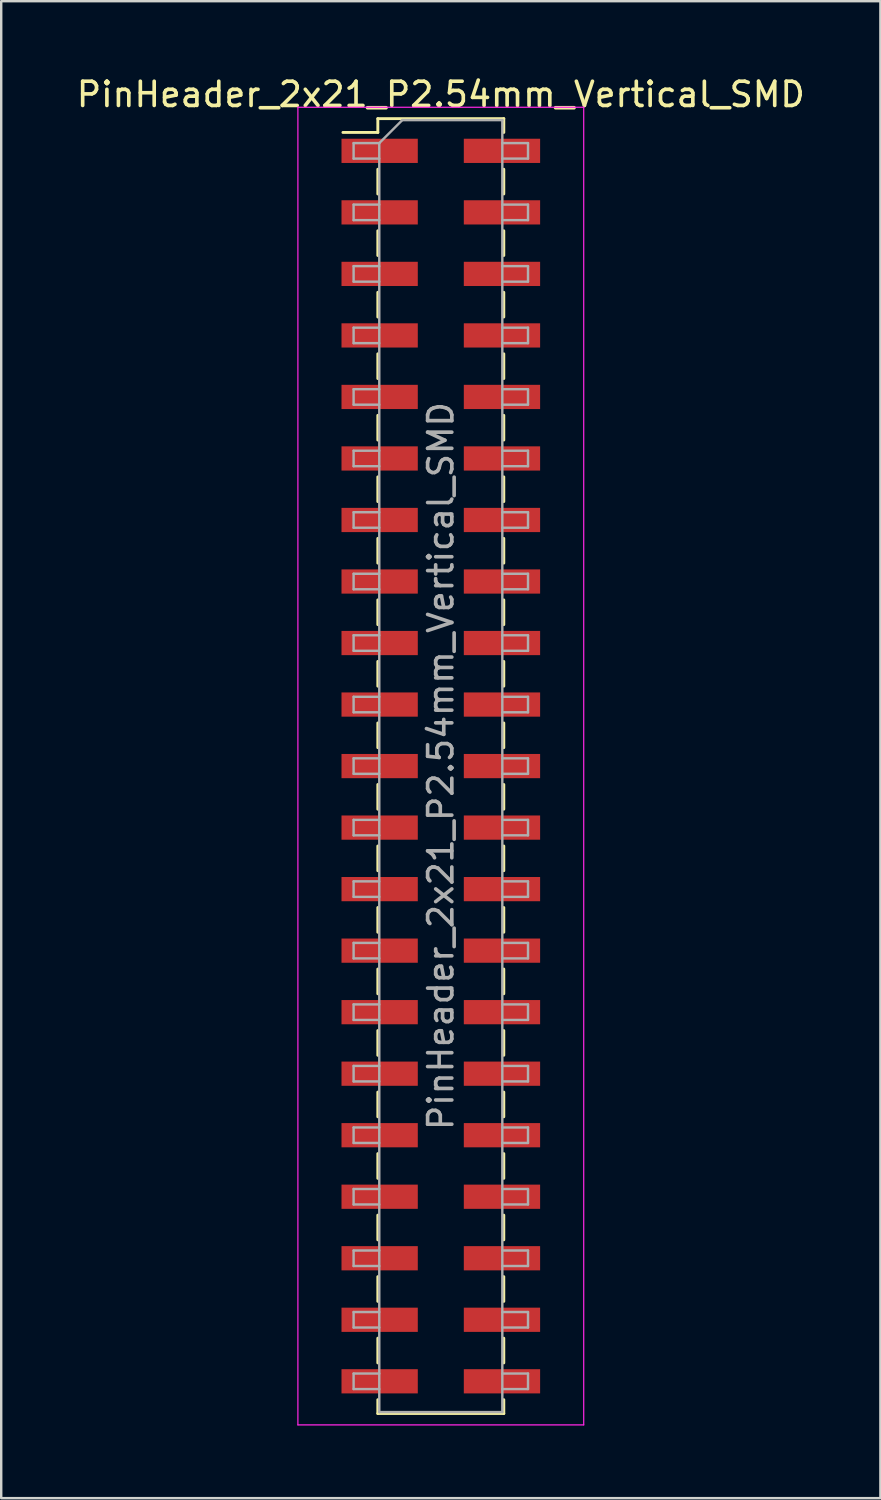
<source format=kicad_pcb>
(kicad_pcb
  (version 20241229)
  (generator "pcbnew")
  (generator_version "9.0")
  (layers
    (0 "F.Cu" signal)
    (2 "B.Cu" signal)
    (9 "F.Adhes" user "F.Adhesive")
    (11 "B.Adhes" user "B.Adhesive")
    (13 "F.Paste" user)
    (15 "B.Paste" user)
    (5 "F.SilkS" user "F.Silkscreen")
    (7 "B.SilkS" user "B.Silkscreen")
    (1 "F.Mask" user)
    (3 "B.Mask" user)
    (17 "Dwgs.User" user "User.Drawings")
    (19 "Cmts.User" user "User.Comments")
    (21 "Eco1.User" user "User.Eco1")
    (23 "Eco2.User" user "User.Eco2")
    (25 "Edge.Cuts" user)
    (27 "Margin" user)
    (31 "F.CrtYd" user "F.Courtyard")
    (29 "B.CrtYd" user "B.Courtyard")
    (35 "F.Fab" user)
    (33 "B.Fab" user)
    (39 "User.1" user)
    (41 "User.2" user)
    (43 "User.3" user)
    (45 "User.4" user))
  (footprint "PinHeader_2x21_P2.54mm_Vertical_SMD"
    (layer "F.Cu")
    (at 15.149 28.578)
    (property "Reference" "PinHeader_2x21_P2.54mm_Vertical_SMD" (at 0 -27.73 0) (layer "F.SilkS") (effects (font (size 1 1) (thickness 0.15))))
    (attr smd)
    (fp_line (start -4.04 -26.16) (end -2.6 -26.16) (stroke (width 0.12) (type solid)) (layer "F.SilkS"))
    (fp_line (start -2.6 -26.73) (end -2.6 -26.16) (stroke (width 0.12) (type solid)) (layer "F.SilkS"))
    (fp_line (start -2.6 -26.73) (end 2.6 -26.73) (stroke (width 0.12) (type solid)) (layer "F.SilkS"))
    (fp_line (start -2.6 -24.64) (end -2.6 -23.62) (stroke (width 0.12) (type solid)) (layer "F.SilkS"))
    (fp_line (start -2.6 -22.1) (end -2.6 -21.08) (stroke (width 0.12) (type solid)) (layer "F.SilkS"))
    (fp_line (start -2.6 -19.56) (end -2.6 -18.54) (stroke (width 0.12) (type solid)) (layer "F.SilkS"))
    (fp_line (start -2.6 -17.02) (end -2.6 -16) (stroke (width 0.12) (type solid)) (layer "F.SilkS"))
    (fp_line (start -2.6 -14.48) (end -2.6 -13.46) (stroke (width 0.12) (type solid)) (layer "F.SilkS"))
    (fp_line (start -2.6 -11.94) (end -2.6 -10.92) (stroke (width 0.12) (type solid)) (layer "F.SilkS"))
    (fp_line (start -2.6 -9.4) (end -2.6 -8.38) (stroke (width 0.12) (type solid)) (layer "F.SilkS"))
    (fp_line (start -2.6 -6.86) (end -2.6 -5.84) (stroke (width 0.12) (type solid)) (layer "F.SilkS"))
    (fp_line (start -2.6 -4.32) (end -2.6 -3.3) (stroke (width 0.12) (type solid)) (layer "F.SilkS"))
    (fp_line (start -2.6 -1.78) (end -2.6 -0.76) (stroke (width 0.12) (type solid)) (layer "F.SilkS"))
    (fp_line (start -2.6 0.76) (end -2.6 1.78) (stroke (width 0.12) (type solid)) (layer "F.SilkS"))
    (fp_line (start -2.6 3.3) (end -2.6 4.32) (stroke (width 0.12) (type solid)) (layer "F.SilkS"))
    (fp_line (start -2.6 5.84) (end -2.6 6.86) (stroke (width 0.12) (type solid)) (layer "F.SilkS"))
    (fp_line (start -2.6 8.38) (end -2.6 9.4) (stroke (width 0.12) (type solid)) (layer "F.SilkS"))
    (fp_line (start -2.6 10.92) (end -2.6 11.94) (stroke (width 0.12) (type solid)) (layer "F.SilkS"))
    (fp_line (start -2.6 13.46) (end -2.6 14.48) (stroke (width 0.12) (type solid)) (layer "F.SilkS"))
    (fp_line (start -2.6 16) (end -2.6 17.02) (stroke (width 0.12) (type solid)) (layer "F.SilkS"))
    (fp_line (start -2.6 18.54) (end -2.6 19.56) (stroke (width 0.12) (type solid)) (layer "F.SilkS"))
    (fp_line (start -2.6 21.08) (end -2.6 22.1) (stroke (width 0.12) (type solid)) (layer "F.SilkS"))
    (fp_line (start -2.6 23.62) (end -2.6 24.64) (stroke (width 0.12) (type solid)) (layer "F.SilkS"))
    (fp_line (start -2.6 26.16) (end -2.6 26.73) (stroke (width 0.12) (type solid)) (layer "F.SilkS"))
    (fp_line (start -2.6 26.73) (end 2.6 26.73) (stroke (width 0.12) (type solid)) (layer "F.SilkS"))
    (fp_line (start 2.6 -26.73) (end 2.6 -26.16) (stroke (width 0.12) (type solid)) (layer "F.SilkS"))
    (fp_line (start 2.6 -24.64) (end 2.6 -23.62) (stroke (width 0.12) (type solid)) (layer "F.SilkS"))
    (fp_line (start 2.6 -22.1) (end 2.6 -21.08) (stroke (width 0.12) (type solid)) (layer "F.SilkS"))
    (fp_line (start 2.6 -19.56) (end 2.6 -18.54) (stroke (width 0.12) (type solid)) (layer "F.SilkS"))
    (fp_line (start 2.6 -17.02) (end 2.6 -16) (stroke (width 0.12) (type solid)) (layer "F.SilkS"))
    (fp_line (start 2.6 -14.48) (end 2.6 -13.46) (stroke (width 0.12) (type solid)) (layer "F.SilkS"))
    (fp_line (start 2.6 -11.94) (end 2.6 -10.92) (stroke (width 0.12) (type solid)) (layer "F.SilkS"))
    (fp_line (start 2.6 -9.4) (end 2.6 -8.38) (stroke (width 0.12) (type solid)) (layer "F.SilkS"))
    (fp_line (start 2.6 -6.86) (end 2.6 -5.84) (stroke (width 0.12) (type solid)) (layer "F.SilkS"))
    (fp_line (start 2.6 -4.32) (end 2.6 -3.3) (stroke (width 0.12) (type solid)) (layer "F.SilkS"))
    (fp_line (start 2.6 -1.78) (end 2.6 -0.76) (stroke (width 0.12) (type solid)) (layer "F.SilkS"))
    (fp_line (start 2.6 0.76) (end 2.6 1.78) (stroke (width 0.12) (type solid)) (layer "F.SilkS"))
    (fp_line (start 2.6 3.3) (end 2.6 4.32) (stroke (width 0.12) (type solid)) (layer "F.SilkS"))
    (fp_line (start 2.6 5.84) (end 2.6 6.86) (stroke (width 0.12) (type solid)) (layer "F.SilkS"))
    (fp_line (start 2.6 8.38) (end 2.6 9.4) (stroke (width 0.12) (type solid)) (layer "F.SilkS"))
    (fp_line (start 2.6 10.92) (end 2.6 11.94) (stroke (width 0.12) (type solid)) (layer "F.SilkS"))
    (fp_line (start 2.6 13.46) (end 2.6 14.48) (stroke (width 0.12) (type solid)) (layer "F.SilkS"))
    (fp_line (start 2.6 16) (end 2.6 17.02) (stroke (width 0.12) (type solid)) (layer "F.SilkS"))
    (fp_line (start 2.6 18.54) (end 2.6 19.56) (stroke (width 0.12) (type solid)) (layer "F.SilkS"))
    (fp_line (start 2.6 21.08) (end 2.6 22.1) (stroke (width 0.12) (type solid)) (layer "F.SilkS"))
    (fp_line (start 2.6 23.62) (end 2.6 24.64) (stroke (width 0.12) (type solid)) (layer "F.SilkS"))
    (fp_line (start 2.6 26.16) (end 2.6 26.73) (stroke (width 0.12) (type solid)) (layer "F.SilkS"))
    (fp_line (start -5.9 -27.2) (end -5.9 27.2) (stroke (width 0.05) (type solid)) (layer "F.CrtYd"))
    (fp_line (start -5.9 27.2) (end 5.9 27.2) (stroke (width 0.05) (type solid)) (layer "F.CrtYd"))
    (fp_line (start 5.9 -27.2) (end -5.9 -27.2) (stroke (width 0.05) (type solid)) (layer "F.CrtYd"))
    (fp_line (start 5.9 27.2) (end 5.9 -27.2) (stroke (width 0.05) (type solid)) (layer "F.CrtYd"))
    (fp_line (start -3.6 -25.72) (end -3.6 -25.08) (stroke (width 0.1) (type solid)) (layer "F.Fab"))
    (fp_line (start -3.6 -25.08) (end -2.54 -25.08) (stroke (width 0.1) (type solid)) (layer "F.Fab"))
    (fp_line (start -3.6 -23.18) (end -3.6 -22.54) (stroke (width 0.1) (type solid)) (layer "F.Fab"))
    (fp_line (start -3.6 -22.54) (end -2.54 -22.54) (stroke (width 0.1) (type solid)) (layer "F.Fab"))
    (fp_line (start -3.6 -20.64) (end -3.6 -20) (stroke (width 0.1) (type solid)) (layer "F.Fab"))
    (fp_line (start -3.6 -20) (end -2.54 -20) (stroke (width 0.1) (type solid)) (layer "F.Fab"))
    (fp_line (start -3.6 -18.1) (end -3.6 -17.46) (stroke (width 0.1) (type solid)) (layer "F.Fab"))
    (fp_line (start -3.6 -17.46) (end -2.54 -17.46) (stroke (width 0.1) (type solid)) (layer "F.Fab"))
    (fp_line (start -3.6 -15.56) (end -3.6 -14.92) (stroke (width 0.1) (type solid)) (layer "F.Fab"))
    (fp_line (start -3.6 -14.92) (end -2.54 -14.92) (stroke (width 0.1) (type solid)) (layer "F.Fab"))
    (fp_line (start -3.6 -13.02) (end -3.6 -12.38) (stroke (width 0.1) (type solid)) (layer "F.Fab"))
    (fp_line (start -3.6 -12.38) (end -2.54 -12.38) (stroke (width 0.1) (type solid)) (layer "F.Fab"))
    (fp_line (start -3.6 -10.48) (end -3.6 -9.84) (stroke (width 0.1) (type solid)) (layer "F.Fab"))
    (fp_line (start -3.6 -9.84) (end -2.54 -9.84) (stroke (width 0.1) (type solid)) (layer "F.Fab"))
    (fp_line (start -3.6 -7.94) (end -3.6 -7.3) (stroke (width 0.1) (type solid)) (layer "F.Fab"))
    (fp_line (start -3.6 -7.3) (end -2.54 -7.3) (stroke (width 0.1) (type solid)) (layer "F.Fab"))
    (fp_line (start -3.6 -5.4) (end -3.6 -4.76) (stroke (width 0.1) (type solid)) (layer "F.Fab"))
    (fp_line (start -3.6 -4.76) (end -2.54 -4.76) (stroke (width 0.1) (type solid)) (layer "F.Fab"))
    (fp_line (start -3.6 -2.86) (end -3.6 -2.22) (stroke (width 0.1) (type solid)) (layer "F.Fab"))
    (fp_line (start -3.6 -2.22) (end -2.54 -2.22) (stroke (width 0.1) (type solid)) (layer "F.Fab"))
    (fp_line (start -3.6 -0.32) (end -3.6 0.32) (stroke (width 0.1) (type solid)) (layer "F.Fab"))
    (fp_line (start -3.6 0.32) (end -2.54 0.32) (stroke (width 0.1) (type solid)) (layer "F.Fab"))
    (fp_line (start -3.6 2.22) (end -3.6 2.86) (stroke (width 0.1) (type solid)) (layer "F.Fab"))
    (fp_line (start -3.6 2.86) (end -2.54 2.86) (stroke (width 0.1) (type solid)) (layer "F.Fab"))
    (fp_line (start -3.6 4.76) (end -3.6 5.4) (stroke (width 0.1) (type solid)) (layer "F.Fab"))
    (fp_line (start -3.6 5.4) (end -2.54 5.4) (stroke (width 0.1) (type solid)) (layer "F.Fab"))
    (fp_line (start -3.6 7.3) (end -3.6 7.94) (stroke (width 0.1) (type solid)) (layer "F.Fab"))
    (fp_line (start -3.6 7.94) (end -2.54 7.94) (stroke (width 0.1) (type solid)) (layer "F.Fab"))
    (fp_line (start -3.6 9.84) (end -3.6 10.48) (stroke (width 0.1) (type solid)) (layer "F.Fab"))
    (fp_line (start -3.6 10.48) (end -2.54 10.48) (stroke (width 0.1) (type solid)) (layer "F.Fab"))
    (fp_line (start -3.6 12.38) (end -3.6 13.02) (stroke (width 0.1) (type solid)) (layer "F.Fab"))
    (fp_line (start -3.6 13.02) (end -2.54 13.02) (stroke (width 0.1) (type solid)) (layer "F.Fab"))
    (fp_line (start -3.6 14.92) (end -3.6 15.56) (stroke (width 0.1) (type solid)) (layer "F.Fab"))
    (fp_line (start -3.6 15.56) (end -2.54 15.56) (stroke (width 0.1) (type solid)) (layer "F.Fab"))
    (fp_line (start -3.6 17.46) (end -3.6 18.1) (stroke (width 0.1) (type solid)) (layer "F.Fab"))
    (fp_line (start -3.6 18.1) (end -2.54 18.1) (stroke (width 0.1) (type solid)) (layer "F.Fab"))
    (fp_line (start -3.6 20) (end -3.6 20.64) (stroke (width 0.1) (type solid)) (layer "F.Fab"))
    (fp_line (start -3.6 20.64) (end -2.54 20.64) (stroke (width 0.1) (type solid)) (layer "F.Fab"))
    (fp_line (start -3.6 22.54) (end -3.6 23.18) (stroke (width 0.1) (type solid)) (layer "F.Fab"))
    (fp_line (start -3.6 23.18) (end -2.54 23.18) (stroke (width 0.1) (type solid)) (layer "F.Fab"))
    (fp_line (start -3.6 25.08) (end -3.6 25.72) (stroke (width 0.1) (type solid)) (layer "F.Fab"))
    (fp_line (start -3.6 25.72) (end -2.54 25.72) (stroke (width 0.1) (type solid)) (layer "F.Fab"))
    (fp_line (start -2.54 -25.72) (end -3.6 -25.72) (stroke (width 0.1) (type solid)) (layer "F.Fab"))
    (fp_line (start -2.54 -25.72) (end -1.59 -26.67) (stroke (width 0.1) (type solid)) (layer "F.Fab"))
    (fp_line (start -2.54 -23.18) (end -3.6 -23.18) (stroke (width 0.1) (type solid)) (layer "F.Fab"))
    (fp_line (start -2.54 -20.64) (end -3.6 -20.64) (stroke (width 0.1) (type solid)) (layer "F.Fab"))
    (fp_line (start -2.54 -18.1) (end -3.6 -18.1) (stroke (width 0.1) (type solid)) (layer "F.Fab"))
    (fp_line (start -2.54 -15.56) (end -3.6 -15.56) (stroke (width 0.1) (type solid)) (layer "F.Fab"))
    (fp_line (start -2.54 -13.02) (end -3.6 -13.02) (stroke (width 0.1) (type solid)) (layer "F.Fab"))
    (fp_line (start -2.54 -10.48) (end -3.6 -10.48) (stroke (width 0.1) (type solid)) (layer "F.Fab"))
    (fp_line (start -2.54 -7.94) (end -3.6 -7.94) (stroke (width 0.1) (type solid)) (layer "F.Fab"))
    (fp_line (start -2.54 -5.4) (end -3.6 -5.4) (stroke (width 0.1) (type solid)) (layer "F.Fab"))
    (fp_line (start -2.54 -2.86) (end -3.6 -2.86) (stroke (width 0.1) (type solid)) (layer "F.Fab"))
    (fp_line (start -2.54 -0.32) (end -3.6 -0.32) (stroke (width 0.1) (type solid)) (layer "F.Fab"))
    (fp_line (start -2.54 2.22) (end -3.6 2.22) (stroke (width 0.1) (type solid)) (layer "F.Fab"))
    (fp_line (start -2.54 4.76) (end -3.6 4.76) (stroke (width 0.1) (type solid)) (layer "F.Fab"))
    (fp_line (start -2.54 7.3) (end -3.6 7.3) (stroke (width 0.1) (type solid)) (layer "F.Fab"))
    (fp_line (start -2.54 9.84) (end -3.6 9.84) (stroke (width 0.1) (type solid)) (layer "F.Fab"))
    (fp_line (start -2.54 12.38) (end -3.6 12.38) (stroke (width 0.1) (type solid)) (layer "F.Fab"))
    (fp_line (start -2.54 14.92) (end -3.6 14.92) (stroke (width 0.1) (type solid)) (layer "F.Fab"))
    (fp_line (start -2.54 17.46) (end -3.6 17.46) (stroke (width 0.1) (type solid)) (layer "F.Fab"))
    (fp_line (start -2.54 20) (end -3.6 20) (stroke (width 0.1) (type solid)) (layer "F.Fab"))
    (fp_line (start -2.54 22.54) (end -3.6 22.54) (stroke (width 0.1) (type solid)) (layer "F.Fab"))
    (fp_line (start -2.54 25.08) (end -3.6 25.08) (stroke (width 0.1) (type solid)) (layer "F.Fab"))
    (fp_line (start -2.54 26.67) (end -2.54 -25.72) (stroke (width 0.1) (type solid)) (layer "F.Fab"))
    (fp_line (start -1.59 -26.67) (end 2.54 -26.67) (stroke (width 0.1) (type solid)) (layer "F.Fab"))
    (fp_line (start 2.54 -26.67) (end 2.54 26.67) (stroke (width 0.1) (type solid)) (layer "F.Fab"))
    (fp_line (start 2.54 -25.72) (end 3.6 -25.72) (stroke (width 0.1) (type solid)) (layer "F.Fab"))
    (fp_line (start 2.54 -23.18) (end 3.6 -23.18) (stroke (width 0.1) (type solid)) (layer "F.Fab"))
    (fp_line (start 2.54 -20.64) (end 3.6 -20.64) (stroke (width 0.1) (type solid)) (layer "F.Fab"))
    (fp_line (start 2.54 -18.1) (end 3.6 -18.1) (stroke (width 0.1) (type solid)) (layer "F.Fab"))
    (fp_line (start 2.54 -15.56) (end 3.6 -15.56) (stroke (width 0.1) (type solid)) (layer "F.Fab"))
    (fp_line (start 2.54 -13.02) (end 3.6 -13.02) (stroke (width 0.1) (type solid)) (layer "F.Fab"))
    (fp_line (start 2.54 -10.48) (end 3.6 -10.48) (stroke (width 0.1) (type solid)) (layer "F.Fab"))
    (fp_line (start 2.54 -7.94) (end 3.6 -7.94) (stroke (width 0.1) (type solid)) (layer "F.Fab"))
    (fp_line (start 2.54 -5.4) (end 3.6 -5.4) (stroke (width 0.1) (type solid)) (layer "F.Fab"))
    (fp_line (start 2.54 -2.86) (end 3.6 -2.86) (stroke (width 0.1) (type solid)) (layer "F.Fab"))
    (fp_line (start 2.54 -0.32) (end 3.6 -0.32) (stroke (width 0.1) (type solid)) (layer "F.Fab"))
    (fp_line (start 2.54 2.22) (end 3.6 2.22) (stroke (width 0.1) (type solid)) (layer "F.Fab"))
    (fp_line (start 2.54 4.76) (end 3.6 4.76) (stroke (width 0.1) (type solid)) (layer "F.Fab"))
    (fp_line (start 2.54 7.3) (end 3.6 7.3) (stroke (width 0.1) (type solid)) (layer "F.Fab"))
    (fp_line (start 2.54 9.84) (end 3.6 9.84) (stroke (width 0.1) (type solid)) (layer "F.Fab"))
    (fp_line (start 2.54 12.38) (end 3.6 12.38) (stroke (width 0.1) (type solid)) (layer "F.Fab"))
    (fp_line (start 2.54 14.92) (end 3.6 14.92) (stroke (width 0.1) (type solid)) (layer "F.Fab"))
    (fp_line (start 2.54 17.46) (end 3.6 17.46) (stroke (width 0.1) (type solid)) (layer "F.Fab"))
    (fp_line (start 2.54 20) (end 3.6 20) (stroke (width 0.1) (type solid)) (layer "F.Fab"))
    (fp_line (start 2.54 22.54) (end 3.6 22.54) (stroke (width 0.1) (type solid)) (layer "F.Fab"))
    (fp_line (start 2.54 25.08) (end 3.6 25.08) (stroke (width 0.1) (type solid)) (layer "F.Fab"))
    (fp_line (start 2.54 26.67) (end -2.54 26.67) (stroke (width 0.1) (type solid)) (layer "F.Fab"))
    (fp_line (start 3.6 -25.72) (end 3.6 -25.08) (stroke (width 0.1) (type solid)) (layer "F.Fab"))
    (fp_line (start 3.6 -25.08) (end 2.54 -25.08) (stroke (width 0.1) (type solid)) (layer "F.Fab"))
    (fp_line (start 3.6 -23.18) (end 3.6 -22.54) (stroke (width 0.1) (type solid)) (layer "F.Fab"))
    (fp_line (start 3.6 -22.54) (end 2.54 -22.54) (stroke (width 0.1) (type solid)) (layer "F.Fab"))
    (fp_line (start 3.6 -20.64) (end 3.6 -20) (stroke (width 0.1) (type solid)) (layer "F.Fab"))
    (fp_line (start 3.6 -20) (end 2.54 -20) (stroke (width 0.1) (type solid)) (layer "F.Fab"))
    (fp_line (start 3.6 -18.1) (end 3.6 -17.46) (stroke (width 0.1) (type solid)) (layer "F.Fab"))
    (fp_line (start 3.6 -17.46) (end 2.54 -17.46) (stroke (width 0.1) (type solid)) (layer "F.Fab"))
    (fp_line (start 3.6 -15.56) (end 3.6 -14.92) (stroke (width 0.1) (type solid)) (layer "F.Fab"))
    (fp_line (start 3.6 -14.92) (end 2.54 -14.92) (stroke (width 0.1) (type solid)) (layer "F.Fab"))
    (fp_line (start 3.6 -13.02) (end 3.6 -12.38) (stroke (width 0.1) (type solid)) (layer "F.Fab"))
    (fp_line (start 3.6 -12.38) (end 2.54 -12.38) (stroke (width 0.1) (type solid)) (layer "F.Fab"))
    (fp_line (start 3.6 -10.48) (end 3.6 -9.84) (stroke (width 0.1) (type solid)) (layer "F.Fab"))
    (fp_line (start 3.6 -9.84) (end 2.54 -9.84) (stroke (width 0.1) (type solid)) (layer "F.Fab"))
    (fp_line (start 3.6 -7.94) (end 3.6 -7.3) (stroke (width 0.1) (type solid)) (layer "F.Fab"))
    (fp_line (start 3.6 -7.3) (end 2.54 -7.3) (stroke (width 0.1) (type solid)) (layer "F.Fab"))
    (fp_line (start 3.6 -5.4) (end 3.6 -4.76) (stroke (width 0.1) (type solid)) (layer "F.Fab"))
    (fp_line (start 3.6 -4.76) (end 2.54 -4.76) (stroke (width 0.1) (type solid)) (layer "F.Fab"))
    (fp_line (start 3.6 -2.86) (end 3.6 -2.22) (stroke (width 0.1) (type solid)) (layer "F.Fab"))
    (fp_line (start 3.6 -2.22) (end 2.54 -2.22) (stroke (width 0.1) (type solid)) (layer "F.Fab"))
    (fp_line (start 3.6 -0.32) (end 3.6 0.32) (stroke (width 0.1) (type solid)) (layer "F.Fab"))
    (fp_line (start 3.6 0.32) (end 2.54 0.32) (stroke (width 0.1) (type solid)) (layer "F.Fab"))
    (fp_line (start 3.6 2.22) (end 3.6 2.86) (stroke (width 0.1) (type solid)) (layer "F.Fab"))
    (fp_line (start 3.6 2.86) (end 2.54 2.86) (stroke (width 0.1) (type solid)) (layer "F.Fab"))
    (fp_line (start 3.6 4.76) (end 3.6 5.4) (stroke (width 0.1) (type solid)) (layer "F.Fab"))
    (fp_line (start 3.6 5.4) (end 2.54 5.4) (stroke (width 0.1) (type solid)) (layer "F.Fab"))
    (fp_line (start 3.6 7.3) (end 3.6 7.94) (stroke (width 0.1) (type solid)) (layer "F.Fab"))
    (fp_line (start 3.6 7.94) (end 2.54 7.94) (stroke (width 0.1) (type solid)) (layer "F.Fab"))
    (fp_line (start 3.6 9.84) (end 3.6 10.48) (stroke (width 0.1) (type solid)) (layer "F.Fab"))
    (fp_line (start 3.6 10.48) (end 2.54 10.48) (stroke (width 0.1) (type solid)) (layer "F.Fab"))
    (fp_line (start 3.6 12.38) (end 3.6 13.02) (stroke (width 0.1) (type solid)) (layer "F.Fab"))
    (fp_line (start 3.6 13.02) (end 2.54 13.02) (stroke (width 0.1) (type solid)) (layer "F.Fab"))
    (fp_line (start 3.6 14.92) (end 3.6 15.56) (stroke (width 0.1) (type solid)) (layer "F.Fab"))
    (fp_line (start 3.6 15.56) (end 2.54 15.56) (stroke (width 0.1) (type solid)) (layer "F.Fab"))
    (fp_line (start 3.6 17.46) (end 3.6 18.1) (stroke (width 0.1) (type solid)) (layer "F.Fab"))
    (fp_line (start 3.6 18.1) (end 2.54 18.1) (stroke (width 0.1) (type solid)) (layer "F.Fab"))
    (fp_line (start 3.6 20) (end 3.6 20.64) (stroke (width 0.1) (type solid)) (layer "F.Fab"))
    (fp_line (start 3.6 20.64) (end 2.54 20.64) (stroke (width 0.1) (type solid)) (layer "F.Fab"))
    (fp_line (start 3.6 22.54) (end 3.6 23.18) (stroke (width 0.1) (type solid)) (layer "F.Fab"))
    (fp_line (start 3.6 23.18) (end 2.54 23.18) (stroke (width 0.1) (type solid)) (layer "F.Fab"))
    (fp_line (start 3.6 25.08) (end 3.6 25.72) (stroke (width 0.1) (type solid)) (layer "F.Fab"))
    (fp_line (start 3.6 25.72) (end 2.54 25.72) (stroke (width 0.1) (type solid)) (layer "F.Fab"))
    (fp_text user "${REFERENCE}" (at 0 0 90) (layer "F.Fab") (effects (font (size 1 1) (thickness 0.15))))
    (pad "1" smd rect (at -2.525 -25.4) (size 3.15 1) (layers "F.Cu" "F.Mask" "F.Paste"))
    (pad "2" smd rect (at 2.525 -25.4) (size 3.15 1) (layers "F.Cu" "F.Mask" "F.Paste"))
    (pad "3" smd rect (at -2.525 -22.86) (size 3.15 1) (layers "F.Cu" "F.Mask" "F.Paste"))
    (pad "4" smd rect (at 2.525 -22.86) (size 3.15 1) (layers "F.Cu" "F.Mask" "F.Paste"))
    (pad "5" smd rect (at -2.525 -20.32) (size 3.15 1) (layers "F.Cu" "F.Mask" "F.Paste"))
    (pad "6" smd rect (at 2.525 -20.32) (size 3.15 1) (layers "F.Cu" "F.Mask" "F.Paste"))
    (pad "7" smd rect (at -2.525 -17.78) (size 3.15 1) (layers "F.Cu" "F.Mask" "F.Paste"))
    (pad "8" smd rect (at 2.525 -17.78) (size 3.15 1) (layers "F.Cu" "F.Mask" "F.Paste"))
    (pad "9" smd rect (at -2.525 -15.24) (size 3.15 1) (layers "F.Cu" "F.Mask" "F.Paste"))
    (pad "10" smd rect (at 2.525 -15.24) (size 3.15 1) (layers "F.Cu" "F.Mask" "F.Paste"))
    (pad "11" smd rect (at -2.525 -12.7) (size 3.15 1) (layers "F.Cu" "F.Mask" "F.Paste"))
    (pad "12" smd rect (at 2.525 -12.7) (size 3.15 1) (layers "F.Cu" "F.Mask" "F.Paste"))
    (pad "13" smd rect (at -2.525 -10.16) (size 3.15 1) (layers "F.Cu" "F.Mask" "F.Paste"))
    (pad "14" smd rect (at 2.525 -10.16) (size 3.15 1) (layers "F.Cu" "F.Mask" "F.Paste"))
    (pad "15" smd rect (at -2.525 -7.62) (size 3.15 1) (layers "F.Cu" "F.Mask" "F.Paste"))
    (pad "16" smd rect (at 2.525 -7.62) (size 3.15 1) (layers "F.Cu" "F.Mask" "F.Paste"))
    (pad "17" smd rect (at -2.525 -5.08) (size 3.15 1) (layers "F.Cu" "F.Mask" "F.Paste"))
    (pad "18" smd rect (at 2.525 -5.08) (size 3.15 1) (layers "F.Cu" "F.Mask" "F.Paste"))
    (pad "19" smd rect (at -2.525 -2.54) (size 3.15 1) (layers "F.Cu" "F.Mask" "F.Paste"))
    (pad "20" smd rect (at 2.525 -2.54) (size 3.15 1) (layers "F.Cu" "F.Mask" "F.Paste"))
    (pad "21" smd rect (at -2.525 0) (size 3.15 1) (layers "F.Cu" "F.Mask" "F.Paste"))
    (pad "22" smd rect (at 2.525 0) (size 3.15 1) (layers "F.Cu" "F.Mask" "F.Paste"))
    (pad "23" smd rect (at -2.525 2.54) (size 3.15 1) (layers "F.Cu" "F.Mask" "F.Paste"))
    (pad "24" smd rect (at 2.525 2.54) (size 3.15 1) (layers "F.Cu" "F.Mask" "F.Paste"))
    (pad "25" smd rect (at -2.525 5.08) (size 3.15 1) (layers "F.Cu" "F.Mask" "F.Paste"))
    (pad "26" smd rect (at 2.525 5.08) (size 3.15 1) (layers "F.Cu" "F.Mask" "F.Paste"))
    (pad "27" smd rect (at -2.525 7.62) (size 3.15 1) (layers "F.Cu" "F.Mask" "F.Paste"))
    (pad "28" smd rect (at 2.525 7.62) (size 3.15 1) (layers "F.Cu" "F.Mask" "F.Paste"))
    (pad "29" smd rect (at -2.525 10.16) (size 3.15 1) (layers "F.Cu" "F.Mask" "F.Paste"))
    (pad "30" smd rect (at 2.525 10.16) (size 3.15 1) (layers "F.Cu" "F.Mask" "F.Paste"))
    (pad "31" smd rect (at -2.525 12.7) (size 3.15 1) (layers "F.Cu" "F.Mask" "F.Paste"))
    (pad "32" smd rect (at 2.525 12.7) (size 3.15 1) (layers "F.Cu" "F.Mask" "F.Paste"))
    (pad "33" smd rect (at -2.525 15.24) (size 3.15 1) (layers "F.Cu" "F.Mask" "F.Paste"))
    (pad "34" smd rect (at 2.525 15.24) (size 3.15 1) (layers "F.Cu" "F.Mask" "F.Paste"))
    (pad "35" smd rect (at -2.525 17.78) (size 3.15 1) (layers "F.Cu" "F.Mask" "F.Paste"))
    (pad "36" smd rect (at 2.525 17.78) (size 3.15 1) (layers "F.Cu" "F.Mask" "F.Paste"))
    (pad "37" smd rect (at -2.525 20.32) (size 3.15 1) (layers "F.Cu" "F.Mask" "F.Paste"))
    (pad "38" smd rect (at 2.525 20.32) (size 3.15 1) (layers "F.Cu" "F.Mask" "F.Paste"))
    (pad "39" smd rect (at -2.525 22.86) (size 3.15 1) (layers "F.Cu" "F.Mask" "F.Paste"))
    (pad "40" smd rect (at 2.525 22.86) (size 3.15 1) (layers "F.Cu" "F.Mask" "F.Paste"))
    (pad "41" smd rect (at -2.525 25.4) (size 3.15 1) (layers "F.Cu" "F.Mask" "F.Paste"))
    (pad "42" smd rect (at 2.525 25.4) (size 3.15 1) (layers "F.Cu" "F.Mask" "F.Paste")))
  (gr_rect
    (start -3 -3)
    (end 33.298 58.803)
    (stroke (width 0.1) (type default))
    (fill no)
    (layer "Edge.Cuts")))
</source>
